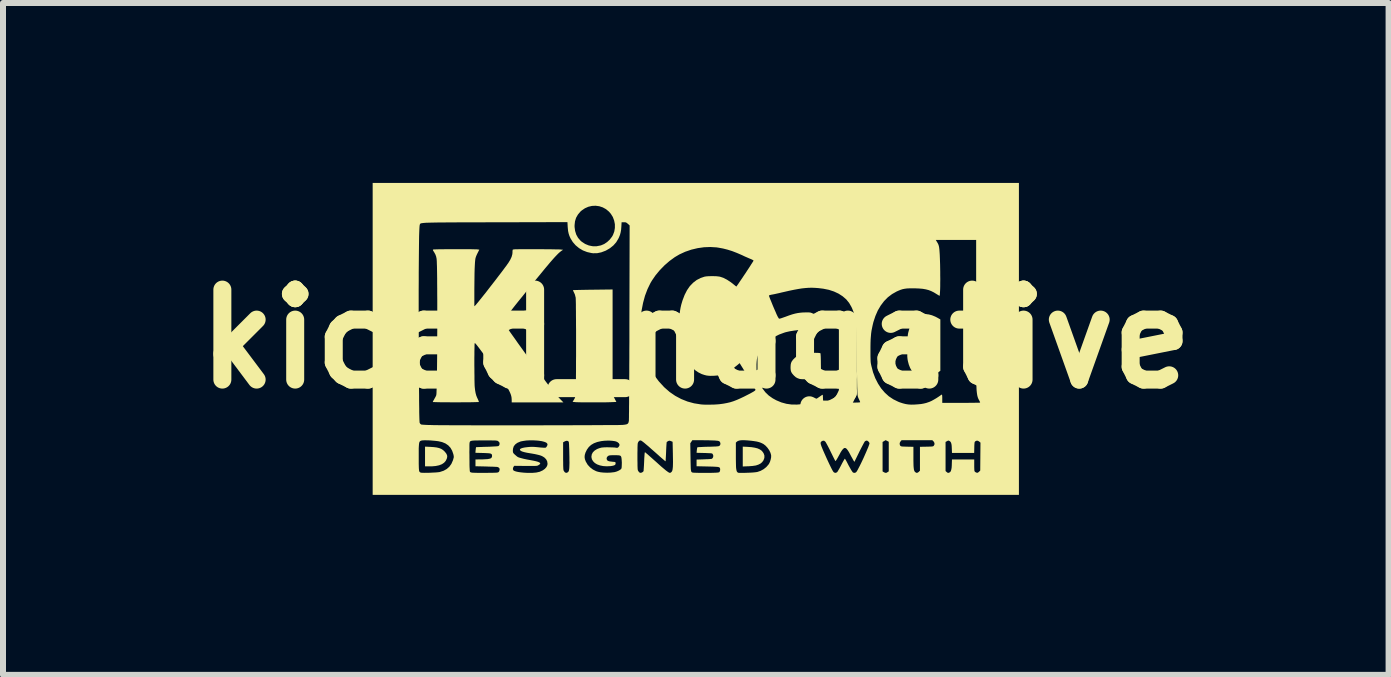
<source format=kicad_pcb>
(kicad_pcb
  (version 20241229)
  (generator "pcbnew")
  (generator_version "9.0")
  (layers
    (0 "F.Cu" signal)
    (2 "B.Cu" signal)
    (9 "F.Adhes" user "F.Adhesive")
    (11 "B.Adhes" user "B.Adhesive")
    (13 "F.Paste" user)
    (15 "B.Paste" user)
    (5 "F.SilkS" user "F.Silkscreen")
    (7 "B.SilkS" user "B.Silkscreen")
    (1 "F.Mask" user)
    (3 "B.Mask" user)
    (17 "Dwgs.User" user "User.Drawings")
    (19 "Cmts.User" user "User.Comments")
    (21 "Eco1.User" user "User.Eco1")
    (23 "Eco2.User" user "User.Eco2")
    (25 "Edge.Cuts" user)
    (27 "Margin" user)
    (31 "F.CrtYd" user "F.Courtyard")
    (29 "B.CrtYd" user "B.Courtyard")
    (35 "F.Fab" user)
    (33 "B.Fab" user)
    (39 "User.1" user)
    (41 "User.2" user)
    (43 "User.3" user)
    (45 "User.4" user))
  (footprint "kicad_nagative"
    (layer "F.Cu")
    (at 8.55 2.6)
    (property "Reference" "kicad_nagative" (at 0 0 0) (layer "F.SilkS") (effects (font (size 1.5 1.5) (thickness 0.3))))
    (attr board_only exclude_from_pos_files exclude_from_bom)
    (fp_poly (pts (xy -4.429 1.8) (xy -4.369 1.804) (xy -4.32 1.81) (xy -4.279 1.82) (xy -4.245 1.833) (xy -4.217 1.851) (xy -4.191 1.874) (xy -4.185 1.88) (xy -4.161 1.91) (xy -4.147 1.938) (xy -4.144 1.966) (xy -4.151 1.996) (xy -4.169 2.033) (xy -4.196 2.064) (xy -4.233 2.089) (xy -4.279 2.107) (xy -4.336 2.119) (xy -4.404 2.125) (xy -4.443 2.125) (xy -4.514 2.125) (xy -4.514 1.961) (xy -4.514 1.796)) (stroke (width 0) (type solid)) (fill yes) (layer "F.SilkS"))
    (fp_poly (pts (xy 0.862 1.8) (xy 0.929 1.805) (xy 0.985 1.814) (xy 1.031 1.826) (xy 1.068 1.843) (xy 1.098 1.864) (xy 1.12 1.891) (xy 1.132 1.91) (xy 1.144 1.946) (xy 1.143 1.984) (xy 1.13 2.02) (xy 1.128 2.025) (xy 1.106 2.055) (xy 1.079 2.078) (xy 1.044 2.096) (xy 1.002 2.11) (xy 0.949 2.118) (xy 0.886 2.123) (xy 0.878 2.123) (xy 0.783 2.127) (xy 0.783 1.961) (xy 0.783 1.796)) (stroke (width 0) (type solid)) (fill yes) (layer "F.SilkS"))
    (fp_poly (pts (xy 2.025 0.233) (xy 2.053 0.234) (xy 2.071 0.237) (xy 2.078 0.24) (xy 2.08 0.247) (xy 2.081 0.266) (xy 2.083 0.294) (xy 2.084 0.329) (xy 2.085 0.369) (xy 2.085 0.392) (xy 2.087 0.54) (xy 2.047 0.582) (xy 2.01 0.615) (xy 1.971 0.641) (xy 1.959 0.647) (xy 1.938 0.657) (xy 1.922 0.664) (xy 1.906 0.668) (xy 1.888 0.67) (xy 1.863 0.672) (xy 1.83 0.672) (xy 1.784 0.672) (xy 1.749 0.67) (xy 1.726 0.666) (xy 1.724 0.665) (xy 1.692 0.653) (xy 1.666 0.638) (xy 1.641 0.616) (xy 1.626 0.6) (xy 1.605 0.575) (xy 1.591 0.551) (xy 1.583 0.524) (xy 1.58 0.49) (xy 1.58 0.469) (xy 1.582 0.431) (xy 1.588 0.402) (xy 1.599 0.377) (xy 1.618 0.351) (xy 1.621 0.347) (xy 1.656 0.312) (xy 1.695 0.284) (xy 1.741 0.263) (xy 1.795 0.248) (xy 1.858 0.239) (xy 1.874 0.237) (xy 1.913 0.234) (xy 1.953 0.233) (xy 1.991 0.232)) (stroke (width 0) (type solid)) (fill yes) (layer "F.SilkS"))
    (fp_poly (pts (xy 3.883 -0.408) (xy 3.937 -0.394) (xy 3.993 -0.371) (xy 4.024 -0.355) (xy 4.077 -0.325) (xy 4.077 0.104) (xy 4.077 0.532) (xy 4.05 0.551) (xy 4.002 0.58) (xy 3.947 0.605) (xy 3.901 0.622) (xy 3.866 0.63) (xy 3.825 0.634) (xy 3.783 0.635) (xy 3.744 0.633) (xy 3.711 0.627) (xy 3.706 0.625) (xy 3.669 0.605) (xy 3.634 0.575) (xy 3.602 0.534) (xy 3.574 0.486) (xy 3.552 0.431) (xy 3.537 0.374) (xy 3.533 0.355) (xy 3.53 0.336) (xy 3.528 0.317) (xy 3.526 0.295) (xy 3.526 0.268) (xy 3.526 0.235) (xy 3.526 0.194) (xy 3.527 0.142) (xy 3.527 0.128) (xy 3.528 0.071) (xy 3.529 0.025) (xy 3.531 -0.011) (xy 3.533 -0.041) (xy 3.535 -0.065) (xy 3.538 -0.086) (xy 3.542 -0.105) (xy 3.543 -0.109) (xy 3.564 -0.185) (xy 3.589 -0.25) (xy 3.617 -0.302) (xy 3.65 -0.344) (xy 3.687 -0.374) (xy 3.692 -0.377) (xy 3.725 -0.395) (xy 3.757 -0.406) (xy 3.791 -0.411) (xy 3.83 -0.413)) (stroke (width 0) (type solid)) (fill yes) (layer "F.SilkS"))
    (fp_poly (pts (xy -1.387 0.055) (xy -1.387 0.933) (xy -1.355 0.992) (xy -1.324 1.051) (xy -1.421 1.055) (xy -1.452 1.056) (xy -1.492 1.057) (xy -1.539 1.058) (xy -1.592 1.058) (xy -1.649 1.058) (xy -1.707 1.058) (xy -1.765 1.058) (xy -1.822 1.058) (xy -1.875 1.057) (xy -1.922 1.057) (xy -1.962 1.056) (xy -1.993 1.055) (xy -2.013 1.054) (xy -2.014 1.053) (xy -2.054 1.05) (xy -2.032 1.014) (xy -2.018 0.989) (xy -2.009 0.963) (xy -2.003 0.931) (xy -2.003 0.928) (xy -2.002 0.914) (xy -2.001 0.888) (xy -2 0.852) (xy -1.999 0.806) (xy -1.999 0.75) (xy -1.998 0.687) (xy -1.998 0.618) (xy -1.997 0.542) (xy -1.997 0.461) (xy -1.997 0.377) (xy -1.996 0.289) (xy -1.996 0.2) (xy -1.996 0.11) (xy -1.996 0.02) (xy -1.996 -0.069) (xy -1.996 -0.155) (xy -1.997 -0.239) (xy -1.997 -0.318) (xy -1.998 -0.393) (xy -1.998 -0.461) (xy -1.999 -0.522) (xy -1.999 -0.575) (xy -2 -0.619) (xy -2.001 -0.653) (xy -2.002 -0.676) (xy -2.002 -0.685) (xy -2.015 -0.738) (xy -2.029 -0.77) (xy -2.039 -0.79) (xy -2.045 -0.805) (xy -2.047 -0.813) (xy -2.046 -0.813) (xy -2.04 -0.814) (xy -2.021 -0.814) (xy -1.992 -0.815) (xy -1.954 -0.816) (xy -1.908 -0.817) (xy -1.855 -0.818) (xy -1.797 -0.819) (xy -1.734 -0.82) (xy -1.715 -0.82) (xy -1.387 -0.824)) (stroke (width 0) (type solid)) (fill yes) (layer "F.SilkS"))
    (fp_poly (pts (xy -3.896 -1.496) (xy -3.84 -1.496) (xy -3.788 -1.495) (xy -3.742 -1.495) (xy -3.702 -1.494) (xy -3.671 -1.493) (xy -3.65 -1.493) (xy -3.643 -1.492) (xy -3.609 -1.488) (xy -3.637 -1.433) (xy -3.651 -1.404) (xy -3.663 -1.376) (xy -3.671 -1.352) (xy -3.673 -1.345) (xy -3.677 -1.319) (xy -3.681 -1.28) (xy -3.684 -1.229) (xy -3.687 -1.166) (xy -3.689 -1.093) (xy -3.69 -1.009) (xy -3.691 -0.915) (xy -3.692 -0.816) (xy -3.692 -0.544) (xy -3.678 -0.556) (xy -3.668 -0.566) (xy -3.652 -0.586) (xy -3.629 -0.613) (xy -3.601 -0.648) (xy -3.568 -0.689) (xy -3.532 -0.734) (xy -3.493 -0.783) (xy -3.453 -0.835) (xy -3.411 -0.889) (xy -3.369 -0.943) (xy -3.327 -0.997) (xy -3.288 -1.049) (xy -3.25 -1.098) (xy -3.215 -1.144) (xy -3.185 -1.185) (xy -3.159 -1.219) (xy -3.139 -1.248) (xy -3.127 -1.264) (xy -3.094 -1.318) (xy -3.071 -1.367) (xy -3.059 -1.411) (xy -3.056 -1.437) (xy -3.056 -1.46) (xy -3.054 -1.478) (xy -3.052 -1.486) (xy -3.051 -1.488) (xy -3.046 -1.49) (xy -3.038 -1.491) (xy -3.026 -1.493) (xy -3.009 -1.494) (xy -2.985 -1.494) (xy -2.954 -1.495) (xy -2.915 -1.495) (xy -2.866 -1.495) (xy -2.807 -1.495) (xy -2.738 -1.495) (xy -2.672 -1.495) (xy -2.602 -1.495) (xy -2.535 -1.495) (xy -2.472 -1.494) (xy -2.415 -1.494) (xy -2.364 -1.493) (xy -2.321 -1.492) (xy -2.287 -1.492) (xy -2.264 -1.491) (xy -2.254 -1.49) (xy -2.213 -1.486) (xy -2.239 -1.468) (xy -2.254 -1.457) (xy -2.271 -1.443) (xy -2.29 -1.426) (xy -2.311 -1.405) (xy -2.335 -1.38) (xy -2.362 -1.351) (xy -2.393 -1.316) (xy -2.428 -1.276) (xy -2.467 -1.229) (xy -2.512 -1.176) (xy -2.561 -1.116) (xy -2.616 -1.049) (xy -2.678 -0.974) (xy -2.746 -0.89) (xy -2.82 -0.797) (xy -2.902 -0.695) (xy -2.955 -0.63) (xy -3.011 -0.56) (xy -3.058 -0.5) (xy -3.099 -0.449) (xy -3.132 -0.406) (xy -3.159 -0.371) (xy -3.18 -0.343) (xy -3.195 -0.322) (xy -3.205 -0.307) (xy -3.209 -0.297) (xy -3.21 -0.294) (xy -3.209 -0.288) (xy -3.205 -0.279) (xy -3.197 -0.265) (xy -3.186 -0.246) (xy -3.17 -0.222) (xy -3.15 -0.192) (xy -3.124 -0.155) (xy -3.094 -0.111) (xy -3.057 -0.059) (xy -3.014 0.001) (xy -2.965 0.071) (xy -2.908 0.15) (xy -2.903 0.157) (xy -2.826 0.264) (xy -2.756 0.361) (xy -2.693 0.449) (xy -2.636 0.528) (xy -2.584 0.599) (xy -2.537 0.662) (xy -2.495 0.719) (xy -2.457 0.769) (xy -2.422 0.814) (xy -2.391 0.853) (xy -2.362 0.889) (xy -2.336 0.92) (xy -2.311 0.948) (xy -2.288 0.974) (xy -2.27 0.994) (xy -2.207 1.059) (xy -2.638 1.059) (xy -3.069 1.059) (xy -3.069 1.025) (xy -3.07 1) (xy -3.072 0.976) (xy -3.077 0.951) (xy -3.085 0.925) (xy -3.096 0.897) (xy -3.111 0.866) (xy -3.13 0.831) (xy -3.153 0.792) (xy -3.182 0.748) (xy -3.216 0.697) (xy -3.256 0.639) (xy -3.303 0.574) (xy -3.357 0.5) (xy -3.412 0.424) (xy -3.464 0.353) (xy -3.509 0.293) (xy -3.547 0.241) (xy -3.579 0.198) (xy -3.606 0.162) (xy -3.627 0.134) (xy -3.645 0.111) (xy -3.658 0.095) (xy -3.668 0.083) (xy -3.676 0.075) (xy -3.681 0.071) (xy -3.684 0.07) (xy -3.686 0.071) (xy -3.686 0.071) (xy -3.687 0.08) (xy -3.689 0.1) (xy -3.689 0.13) (xy -3.69 0.168) (xy -3.691 0.214) (xy -3.691 0.265) (xy -3.692 0.321) (xy -3.692 0.379) (xy -3.692 0.439) (xy -3.691 0.5) (xy -3.691 0.558) (xy -3.69 0.615) (xy -3.69 0.667) (xy -3.689 0.713) (xy -3.688 0.752) (xy -3.687 0.784) (xy -3.685 0.805) (xy -3.685 0.806) (xy -3.679 0.859) (xy -3.671 0.903) (xy -3.661 0.941) (xy -3.647 0.977) (xy -3.636 1) (xy -3.626 1.022) (xy -3.619 1.04) (xy -3.617 1.05) (xy -3.618 1.052) (xy -3.625 1.053) (xy -3.643 1.053) (xy -3.672 1.054) (xy -3.709 1.055) (xy -3.754 1.056) (xy -3.804 1.056) (xy -3.86 1.056) (xy -3.918 1.057) (xy -3.978 1.057) (xy -4.039 1.057) (xy -4.099 1.057) (xy -4.156 1.056) (xy -4.211 1.056) (xy -4.26 1.056) (xy -4.303 1.055) (xy -4.338 1.054) (xy -4.365 1.053) (xy -4.381 1.053) (xy -4.385 1.052) (xy -4.382 1.044) (xy -4.374 1.028) (xy -4.362 1.008) (xy -4.36 1.003) (xy -4.346 0.979) (xy -4.334 0.956) (xy -4.327 0.939) (xy -4.327 0.938) (xy -4.325 0.926) (xy -4.323 0.902) (xy -4.322 0.866) (xy -4.32 0.821) (xy -4.319 0.765) (xy -4.317 0.701) (xy -4.316 0.63) (xy -4.315 0.551) (xy -4.314 0.465) (xy -4.313 0.375) (xy -4.312 0.279) (xy -4.312 0.18) (xy -4.311 0.078) (xy -4.311 -0.026) (xy -4.31 -0.132) (xy -4.31 -0.238) (xy -4.31 -0.344) (xy -4.31 -0.449) (xy -4.31 -0.552) (xy -4.31 -0.652) (xy -4.311 -0.749) (xy -4.311 -0.841) (xy -4.312 -0.928) (xy -4.312 -1.008) (xy -4.313 -1.083) (xy -4.314 -1.149) (xy -4.315 -1.207) (xy -4.317 -1.255) (xy -4.318 -1.294) (xy -4.32 -1.321) (xy -4.321 -1.335) (xy -4.329 -1.374) (xy -4.342 -1.409) (xy -4.362 -1.445) (xy -4.371 -1.459) (xy -4.381 -1.475) (xy -4.383 -1.484) (xy -4.379 -1.49) (xy -4.378 -1.49) (xy -4.371 -1.491) (xy -4.351 -1.492) (xy -4.322 -1.493) (xy -4.284 -1.494) (xy -4.239 -1.494) (xy -4.188 -1.495) (xy -4.132 -1.495) (xy -4.074 -1.496) (xy -4.014 -1.496) (xy -3.954 -1.496)) (stroke (width 0) (type solid)) (fill yes) (layer "F.SilkS"))
    (fp_poly (pts (xy 5.387 -0.000001) (xy 5.387 2.6) (xy -0.000001 2.6) (xy -5.387 2.6) (xy -5.387 1.924) (xy -4.619 1.924) (xy -4.619 1.971) (xy -4.619 2.034) (xy -4.619 2.084) (xy -4.618 2.125) (xy -4.617 2.157) (xy -4.615 2.18) (xy -4.613 2.198) (xy -4.609 2.21) (xy -4.604 2.218) (xy -4.598 2.223) (xy -4.591 2.227) (xy -4.589 2.228) (xy -4.577 2.231) (xy -4.554 2.232) (xy -4.523 2.233) (xy -4.486 2.232) (xy -4.446 2.232) (xy -4.405 2.23) (xy -4.364 2.228) (xy -4.327 2.226) (xy -4.296 2.223) (xy -4.272 2.22) (xy -4.265 2.218) (xy -4.204 2.198) (xy -4.152 2.169) (xy -4.109 2.131) (xy -4.075 2.084) (xy -4.05 2.027) (xy -4.047 2.019) (xy -4.04 1.993) (xy -4.035 1.975) (xy -4.035 1.96) (xy -4.037 1.945) (xy -4.042 1.923) (xy -4.042 1.922) (xy -4.054 1.887) (xy -3.775 1.887) (xy -3.774 1.938) (xy -3.774 1.981) (xy -3.773 2.045) (xy -3.773 2.096) (xy -3.772 2.137) (xy -3.77 2.168) (xy -3.769 2.19) (xy -3.767 2.205) (xy -3.765 2.214) (xy -3.764 2.217) (xy -3.752 2.225) (xy -3.734 2.229) (xy -3.732 2.23) (xy -3.713 2.231) (xy -3.684 2.232) (xy -3.648 2.233) (xy -3.606 2.233) (xy -3.561 2.233) (xy -3.514 2.233) (xy -3.467 2.233) (xy -3.423 2.232) (xy -3.383 2.232) (xy -3.349 2.231) (xy -3.323 2.23) (xy -3.308 2.228) (xy -3.305 2.228) (xy -3.288 2.221) (xy -3.279 2.21) (xy -3.274 2.196) (xy -3.27 2.178) (xy -3.271 2.165) (xy -3.276 2.155) (xy -3.29 2.142) (xy -3.305 2.136) (xy -3.316 2.134) (xy -3.338 2.133) (xy -3.369 2.131) (xy -3.407 2.13) (xy -3.451 2.129) (xy -3.498 2.127) (xy -3.673 2.123) (xy -3.673 2.067) (xy -3.673 2.01) (xy -3.597 2.009) (xy -3.561 2.009) (xy -3.523 2.007) (xy -3.489 2.005) (xy -3.471 2.004) (xy -3.438 1.998) (xy -3.415 1.99) (xy -3.403 1.977) (xy -3.397 1.959) (xy -3.397 1.948) (xy -3.398 1.935) (xy -3.402 1.925) (xy -3.41 1.917) (xy -3.424 1.911) (xy -3.446 1.907) (xy -3.477 1.905) (xy -3.518 1.903) (xy -3.552 1.902) (xy -3.674 1.899) (xy -3.671 1.859) (xy -3.05 1.859) (xy -3.049 1.881) (xy -3.046 1.895) (xy -3.039 1.907) (xy -3.025 1.922) (xy -3.019 1.927) (xy -3 1.944) (xy -2.982 1.959) (xy -2.971 1.967) (xy -2.95 1.977) (xy -2.915 1.987) (xy -2.869 1.999) (xy -2.812 2.011) (xy -2.767 2.019) (xy -2.709 2.03) (xy -2.663 2.04) (xy -2.629 2.05) (xy -2.607 2.06) (xy -2.595 2.07) (xy -2.594 2.08) (xy -2.603 2.092) (xy -2.621 2.104) (xy -2.626 2.107) (xy -2.634 2.111) (xy -2.642 2.114) (xy -2.653 2.116) (xy -2.668 2.117) (xy -2.688 2.118) (xy -2.716 2.118) (xy -2.753 2.118) (xy -2.8 2.118) (xy -2.837 2.118) (xy -3.025 2.116) (xy -3.038 2.131) (xy -3.047 2.151) (xy -3.049 2.172) (xy -3.042 2.19) (xy -3.04 2.192) (xy -3.023 2.202) (xy -2.996 2.211) (xy -2.96 2.219) (xy -2.917 2.225) (xy -2.869 2.23) (xy -2.819 2.233) (xy -2.768 2.234) (xy -2.718 2.233) (xy -2.672 2.229) (xy -2.659 2.228) (xy -2.602 2.215) (xy -2.552 2.192) (xy -2.517 2.167) (xy -2.493 2.141) (xy -2.479 2.117) (xy -2.472 2.09) (xy -2.472 2.077) (xy -2.478 2.04) (xy -2.496 2.006) (xy -2.524 1.978) (xy -2.525 1.977) (xy -2.544 1.965) (xy -2.563 1.954) (xy -2.585 1.945) (xy -2.611 1.937) (xy -2.644 1.929) (xy -2.685 1.92) (xy -2.736 1.911) (xy -2.761 1.907) (xy -2.814 1.898) (xy -2.855 1.889) (xy -2.887 1.88) (xy -2.909 1.871) (xy -2.921 1.864) (xy -2.932 1.85) (xy -2.93 1.838) (xy -2.915 1.827) (xy -2.889 1.818) (xy -2.852 1.81) (xy -2.803 1.804) (xy -2.803 1.804) (xy -2.77 1.801) (xy -2.74 1.8) (xy -2.71 1.8) (xy -2.676 1.802) (xy -2.633 1.806) (xy -2.623 1.807) (xy -2.586 1.811) (xy -2.554 1.813) (xy -2.528 1.815) (xy -2.511 1.815) (xy -2.505 1.814) (xy -2.493 1.805) (xy -2.482 1.789) (xy -2.474 1.771) (xy -2.472 1.761) (xy -2.478 1.743) (xy -2.495 1.728) (xy -2.505 1.724) (xy -2.212 1.724) (xy -2.212 1.952) (xy -2.212 2.013) (xy -2.211 2.062) (xy -2.211 2.102) (xy -2.21 2.132) (xy -2.209 2.155) (xy -2.208 2.172) (xy -2.206 2.184) (xy -2.204 2.193) (xy -2.201 2.2) (xy -2.201 2.2) (xy -2.184 2.223) (xy -2.165 2.233) (xy -2.146 2.231) (xy -2.129 2.219) (xy -2.12 2.208) (xy -2.115 2.194) (xy -2.111 2.172) (xy -2.109 2.153) (xy -2.108 2.132) (xy -2.107 2.101) (xy -2.106 2.064) (xy -2.107 2.021) (xy -2.107 1.975) (xy -2.107 1.97) (xy -1.854 1.97) (xy -1.849 2.005) (xy -1.834 2.045) (xy -1.831 2.05) (xy -1.802 2.099) (xy -1.762 2.142) (xy -1.715 2.178) (xy -1.662 2.205) (xy -1.631 2.215) (xy -1.587 2.224) (xy -1.535 2.229) (xy -1.478 2.231) (xy -1.421 2.229) (xy -1.369 2.223) (xy -1.355 2.221) (xy -1.325 2.213) (xy -1.295 2.201) (xy -1.269 2.187) (xy -1.249 2.173) (xy -1.241 2.163) (xy -1.237 2.149) (xy -1.235 2.126) (xy -1.234 2.096) (xy -1.233 2.063) (xy -1.235 2.03) (xy -1.237 2.001) (xy -1.239 1.988) (xy -1.242 1.97) (xy -1.246 1.962) (xy -0.973 1.962) (xy -0.973 2.021) (xy -0.972 2.069) (xy -0.972 2.107) (xy -0.971 2.136) (xy -0.97 2.158) (xy -0.969 2.174) (xy -0.967 2.186) (xy -0.964 2.194) (xy -0.961 2.2) (xy -0.945 2.223) (xy -0.926 2.233) (xy -0.905 2.23) (xy -0.892 2.224) (xy -0.879 2.214) (xy -0.872 2.206) (xy -0.87 2.198) (xy -0.869 2.179) (xy -0.867 2.153) (xy -0.865 2.121) (xy -0.864 2.107) (xy -0.861 2.043) (xy -0.859 1.992) (xy -0.856 1.951) (xy -0.854 1.922) (xy -0.852 1.902) (xy -0.849 1.891) (xy -0.847 1.889) (xy -0.84 1.894) (xy -0.825 1.907) (xy -0.802 1.926) (xy -0.773 1.952) (xy -0.739 1.982) (xy -0.701 2.016) (xy -0.659 2.053) (xy -0.626 2.083) (xy -0.576 2.128) (xy -0.532 2.165) (xy -0.496 2.195) (xy -0.467 2.216) (xy -0.447 2.229) (xy -0.439 2.232) (xy -0.423 2.232) (xy -0.409 2.222) (xy -0.407 2.22) (xy -0.399 2.211) (xy -0.393 2.199) (xy -0.388 2.182) (xy -0.385 2.16) (xy -0.382 2.132) (xy -0.381 2.096) (xy -0.38 2.051) (xy -0.381 1.996) (xy -0.382 1.929) (xy -0.382 1.918) (xy -0.386 1.74) (xy -0.092 1.74) (xy -0.088 1.972) (xy -0.087 2.034) (xy -0.086 2.085) (xy -0.085 2.126) (xy -0.084 2.157) (xy -0.082 2.181) (xy -0.079 2.198) (xy -0.076 2.21) (xy -0.072 2.218) (xy -0.066 2.223) (xy -0.06 2.226) (xy -0.055 2.228) (xy -0.045 2.23) (xy -0.024 2.231) (xy 0.006 2.232) (xy 0.043 2.233) (xy 0.084 2.234) (xy 0.129 2.234) (xy 0.175 2.234) (xy 0.219 2.234) (xy 0.261 2.233) (xy 0.297 2.232) (xy 0.327 2.231) (xy 0.343 2.23) (xy 0.368 2.228) (xy 0.384 2.225) (xy 0.393 2.221) (xy 0.398 2.213) (xy 0.401 2.206) (xy 0.406 2.187) (xy 0.406 2.169) (xy 0.404 2.159) (xy 0.401 2.15) (xy 0.395 2.144) (xy 0.385 2.139) (xy 0.371 2.135) (xy 0.349 2.133) (xy 0.32 2.131) (xy 0.281 2.129) (xy 0.232 2.128) (xy 0.197 2.127) (xy 0.013 2.123) (xy 0.013 2.067) (xy 0.013 2.012) (xy 0.133 2.008) (xy 0.172 2.006) (xy 0.207 2.005) (xy 0.235 2.003) (xy 0.256 2.001) (xy 0.265 2) (xy 0.28 1.988) (xy 0.29 1.968) (xy 0.291 1.945) (xy 0.289 1.936) (xy 0.281 1.92) (xy 0.272 1.91) (xy 0.271 1.91) (xy 0.261 1.908) (xy 0.241 1.906) (xy 0.212 1.905) (xy 0.177 1.903) (xy 0.138 1.902) (xy 0.136 1.902) (xy 0.013 1.899) (xy 0.017 1.856) (xy 0.02 1.834) (xy 0.023 1.816) (xy 0.026 1.808) (xy 0.034 1.806) (xy 0.053 1.804) (xy 0.081 1.803) (xy 0.116 1.801) (xy 0.158 1.799) (xy 0.204 1.798) (xy 0.205 1.798) (xy 0.258 1.797) (xy 0.299 1.795) (xy 0.331 1.794) (xy 0.355 1.792) (xy 0.372 1.79) (xy 0.383 1.788) (xy 0.391 1.784) (xy 0.394 1.783) (xy 0.407 1.767) (xy 0.411 1.747) (xy 0.407 1.729) (xy 0.668 1.729) (xy 0.668 1.936) (xy 0.668 2.003) (xy 0.669 2.059) (xy 0.67 2.104) (xy 0.671 2.14) (xy 0.674 2.168) (xy 0.678 2.189) (xy 0.682 2.205) (xy 0.688 2.216) (xy 0.694 2.223) (xy 0.695 2.224) (xy 0.701 2.228) (xy 0.707 2.231) (xy 0.717 2.233) (xy 0.732 2.234) (xy 0.754 2.234) (xy 0.784 2.234) (xy 0.824 2.233) (xy 0.848 2.232) (xy 0.907 2.23) (xy 0.956 2.227) (xy 0.995 2.223) (xy 1.023 2.219) (xy 1.027 2.218) (xy 1.08 2.2) (xy 1.131 2.172) (xy 1.175 2.137) (xy 1.211 2.096) (xy 1.223 2.078) (xy 1.238 2.046) (xy 1.249 2.009) (xy 1.256 1.973) (xy 1.256 1.941) (xy 1.256 1.939) (xy 1.245 1.899) (xy 1.224 1.856) (xy 1.196 1.816) (xy 1.163 1.78) (xy 1.127 1.752) (xy 1.113 1.745) (xy 1.086 1.732) (xy 2.081 1.732) (xy 2.082 1.749) (xy 2.086 1.764) (xy 2.094 1.789) (xy 2.107 1.821) (xy 2.123 1.86) (xy 2.142 1.903) (xy 2.163 1.95) (xy 2.184 1.997) (xy 2.206 2.044) (xy 2.227 2.089) (xy 2.247 2.13) (xy 2.265 2.166) (xy 2.28 2.194) (xy 2.292 2.213) (xy 2.298 2.221) (xy 2.317 2.232) (xy 2.338 2.232) (xy 2.358 2.22) (xy 2.359 2.219) (xy 2.366 2.208) (xy 2.378 2.188) (xy 2.394 2.161) (xy 2.411 2.129) (xy 2.426 2.1) (xy 2.443 2.067) (xy 2.459 2.038) (xy 2.472 2.016) (xy 2.481 2.001) (xy 2.485 1.997) (xy 2.489 2.002) (xy 2.499 2.017) (xy 2.511 2.038) (xy 2.524 2.063) (xy 2.548 2.11) (xy 2.571 2.151) (xy 2.59 2.185) (xy 2.606 2.209) (xy 2.617 2.224) (xy 2.619 2.226) (xy 2.638 2.234) (xy 2.659 2.231) (xy 2.676 2.22) (xy 2.683 2.209) (xy 3.114 2.209) (xy 3.135 2.222) (xy 3.157 2.232) (xy 3.176 2.233) (xy 3.195 2.223) (xy 3.198 2.221) (xy 3.217 2.208) (xy 3.217 1.961) (xy 3.217 1.75) (xy 3.398 1.75) (xy 3.404 1.772) (xy 3.408 1.779) (xy 3.413 1.785) (xy 3.42 1.789) (xy 3.428 1.792) (xy 3.442 1.794) (xy 3.463 1.795) (xy 3.493 1.796) (xy 3.524 1.797) (xy 3.628 1.799) (xy 3.628 1.961) (xy 3.628 2.024) (xy 3.629 2.076) (xy 3.63 2.118) (xy 3.633 2.151) (xy 3.636 2.176) (xy 3.641 2.194) (xy 3.647 2.208) (xy 3.654 2.217) (xy 3.657 2.22) (xy 3.676 2.232) (xy 3.694 2.232) (xy 3.714 2.22) (xy 3.718 2.216) (xy 3.737 2.197) (xy 3.737 1.998) (xy 3.737 1.799) (xy 3.847 1.797) (xy 3.887 1.796) (xy 3.916 1.795) (xy 3.936 1.794) (xy 3.949 1.792) (xy 3.958 1.789) (xy 3.964 1.785) (xy 3.969 1.779) (xy 3.98 1.757) (xy 3.978 1.733) (xy 3.969 1.718) (xy 4.164 1.718) (xy 4.164 1.96) (xy 4.164 2.203) (xy 4.182 2.219) (xy 4.196 2.23) (xy 4.207 2.234) (xy 4.22 2.231) (xy 4.228 2.228) (xy 4.241 2.219) (xy 4.252 2.204) (xy 4.259 2.181) (xy 4.265 2.149) (xy 4.268 2.105) (xy 4.268 2.092) (xy 4.271 2.01) (xy 4.457 2.01) (xy 4.642 2.01) (xy 4.642 2.102) (xy 4.642 2.136) (xy 4.643 2.166) (xy 4.644 2.189) (xy 4.646 2.203) (xy 4.646 2.205) (xy 4.656 2.217) (xy 4.672 2.227) (xy 4.69 2.232) (xy 4.699 2.231) (xy 4.711 2.224) (xy 4.725 2.212) (xy 4.726 2.211) (xy 4.742 2.195) (xy 4.744 1.962) (xy 4.746 1.729) (xy 4.726 1.712) (xy 4.703 1.698) (xy 4.681 1.697) (xy 4.66 1.707) (xy 4.654 1.713) (xy 4.65 1.72) (xy 4.647 1.73) (xy 4.646 1.746) (xy 4.644 1.769) (xy 4.643 1.804) (xy 4.643 1.81) (xy 4.641 1.901) (xy 4.456 1.901) (xy 4.271 1.901) (xy 4.268 1.825) (xy 4.266 1.783) (xy 4.262 1.753) (xy 4.255 1.73) (xy 4.246 1.715) (xy 4.233 1.704) (xy 4.23 1.702) (xy 4.217 1.696) (xy 4.207 1.696) (xy 4.192 1.702) (xy 4.188 1.705) (xy 4.164 1.718) (xy 3.969 1.718) (xy 3.965 1.711) (xy 3.962 1.707) (xy 3.943 1.689) (xy 3.687 1.689) (xy 3.431 1.689) (xy 3.417 1.704) (xy 3.403 1.726) (xy 3.398 1.75) (xy 3.217 1.75) (xy 3.217 1.715) (xy 3.191 1.701) (xy 3.165 1.688) (xy 3.14 1.703) (xy 3.114 1.718) (xy 3.114 1.963) (xy 3.114 2.209) (xy 2.683 2.209) (xy 2.685 2.207) (xy 2.699 2.183) (xy 2.715 2.152) (xy 2.735 2.114) (xy 2.756 2.071) (xy 2.778 2.025) (xy 2.8 1.978) (xy 2.821 1.93) (xy 2.841 1.885) (xy 2.859 1.842) (xy 2.875 1.805) (xy 2.886 1.774) (xy 2.894 1.752) (xy 2.896 1.741) (xy 2.89 1.725) (xy 2.877 1.71) (xy 2.861 1.698) (xy 2.848 1.695) (xy 2.832 1.7) (xy 2.818 1.709) (xy 2.812 1.719) (xy 2.801 1.738) (xy 2.786 1.766) (xy 2.768 1.8) (xy 2.748 1.839) (xy 2.726 1.882) (xy 2.724 1.887) (xy 2.644 2.05) (xy 2.628 2.025) (xy 2.619 2.009) (xy 2.606 1.985) (xy 2.59 1.957) (xy 2.577 1.932) (xy 2.553 1.887) (xy 2.531 1.853) (xy 2.512 1.83) (xy 2.494 1.819) (xy 2.477 1.819) (xy 2.459 1.831) (xy 2.439 1.854) (xy 2.416 1.889) (xy 2.391 1.936) (xy 2.383 1.95) (xy 2.366 1.981) (xy 2.351 2.007) (xy 2.339 2.025) (xy 2.331 2.036) (xy 2.329 2.037) (xy 2.324 2.031) (xy 2.315 2.014) (xy 2.302 1.989) (xy 2.286 1.957) (xy 2.268 1.92) (xy 2.249 1.882) (xy 2.229 1.84) (xy 2.209 1.801) (xy 2.191 1.767) (xy 2.176 1.74) (xy 2.165 1.721) (xy 2.159 1.713) (xy 2.14 1.698) (xy 2.12 1.697) (xy 2.098 1.707) (xy 2.096 1.709) (xy 2.085 1.72) (xy 2.081 1.732) (xy 1.086 1.732) (xy 1.083 1.731) (xy 1.052 1.72) (xy 1.015 1.711) (xy 0.971 1.704) (xy 0.925 1.698) (xy 0.862 1.692) (xy 0.81 1.689) (xy 0.768 1.689) (xy 0.735 1.692) (xy 0.71 1.699) (xy 0.69 1.709) (xy 0.683 1.715) (xy 0.668 1.729) (xy 0.407 1.729) (xy 0.406 1.725) (xy 0.399 1.714) (xy 0.392 1.707) (xy 0.383 1.703) (xy 0.369 1.699) (xy 0.348 1.697) (xy 0.317 1.694) (xy 0.29 1.693) (xy 0.252 1.692) (xy 0.208 1.69) (xy 0.161 1.69) (xy 0.112 1.689) (xy 0.095 1.689) (xy -0.058 1.689) (xy -0.075 1.715) (xy -0.092 1.74) (xy -0.386 1.74) (xy -0.387 1.715) (xy -0.414 1.704) (xy -0.432 1.698) (xy -0.444 1.697) (xy -0.457 1.702) (xy -0.461 1.704) (xy -0.476 1.713) (xy -0.485 1.72) (xy -0.485 1.721) (xy -0.486 1.729) (xy -0.488 1.748) (xy -0.49 1.776) (xy -0.492 1.812) (xy -0.494 1.853) (xy -0.495 1.883) (xy -0.497 1.926) (xy -0.499 1.965) (xy -0.501 1.998) (xy -0.502 2.022) (xy -0.503 2.037) (xy -0.504 2.041) (xy -0.509 2.037) (xy -0.523 2.027) (xy -0.543 2.009) (xy -0.569 1.987) (xy -0.599 1.961) (xy -0.621 1.941) (xy -0.684 1.885) (xy -0.74 1.836) (xy -0.788 1.793) (xy -0.83 1.758) (xy -0.863 1.73) (xy -0.888 1.711) (xy -0.904 1.699) (xy -0.907 1.698) (xy -0.926 1.692) (xy -0.943 1.699) (xy -0.959 1.718) (xy -0.961 1.723) (xy -0.964 1.729) (xy -0.967 1.738) (xy -0.969 1.749) (xy -0.97 1.765) (xy -0.971 1.788) (xy -0.972 1.817) (xy -0.972 1.855) (xy -0.973 1.904) (xy -0.973 1.962) (xy -1.246 1.962) (xy -1.248 1.957) (xy -1.257 1.948) (xy -1.272 1.943) (xy -1.294 1.94) (xy -1.326 1.939) (xy -1.354 1.939) (xy -1.391 1.939) (xy -1.417 1.94) (xy -1.436 1.942) (xy -1.449 1.945) (xy -1.459 1.95) (xy -1.461 1.951) (xy -1.48 1.969) (xy -1.487 1.991) (xy -1.483 2.013) (xy -1.475 2.026) (xy -1.46 2.035) (xy -1.437 2.042) (xy -1.403 2.046) (xy -1.39 2.048) (xy -1.365 2.05) (xy -1.349 2.052) (xy -1.341 2.056) (xy -1.338 2.062) (xy -1.337 2.068) (xy -1.338 2.086) (xy -1.346 2.1) (xy -1.363 2.109) (xy -1.39 2.116) (xy -1.422 2.121) (xy -1.486 2.124) (xy -1.545 2.12) (xy -1.598 2.109) (xy -1.645 2.092) (xy -1.683 2.069) (xy -1.712 2.04) (xy -1.732 2.007) (xy -1.74 1.97) (xy -1.74 1.963) (xy -1.734 1.925) (xy -1.716 1.891) (xy -1.687 1.862) (xy -1.647 1.837) (xy -1.611 1.823) (xy -1.59 1.817) (xy -1.571 1.812) (xy -1.551 1.81) (xy -1.525 1.808) (xy -1.492 1.807) (xy -1.467 1.807) (xy -1.43 1.808) (xy -1.395 1.809) (xy -1.364 1.81) (xy -1.342 1.812) (xy -1.338 1.813) (xy -1.317 1.816) (xy -1.305 1.815) (xy -1.295 1.809) (xy -1.288 1.802) (xy -1.274 1.781) (xy -1.272 1.76) (xy -1.282 1.741) (xy -1.303 1.723) (xy -1.329 1.71) (xy -1.356 1.704) (xy -1.392 1.699) (xy -1.434 1.696) (xy -1.48 1.696) (xy -1.525 1.698) (xy -1.566 1.703) (xy -1.576 1.704) (xy -1.643 1.719) (xy -1.699 1.74) (xy -1.746 1.768) (xy -1.784 1.803) (xy -1.815 1.846) (xy -1.839 1.895) (xy -1.851 1.935) (xy -1.854 1.97) (xy -2.107 1.97) (xy -2.108 1.928) (xy -2.109 1.881) (xy -2.11 1.836) (xy -2.112 1.796) (xy -2.113 1.762) (xy -2.115 1.736) (xy -2.117 1.719) (xy -2.118 1.715) (xy -2.132 1.702) (xy -2.152 1.698) (xy -2.177 1.705) (xy -2.185 1.709) (xy -2.212 1.724) (xy -2.505 1.724) (xy -2.525 1.716) (xy -2.567 1.705) (xy -2.621 1.697) (xy -2.657 1.694) (xy -2.713 1.691) (xy -2.771 1.691) (xy -2.826 1.694) (xy -2.875 1.701) (xy -2.917 1.709) (xy -2.931 1.714) (xy -2.977 1.734) (xy -3.011 1.76) (xy -3.035 1.791) (xy -3.047 1.829) (xy -3.05 1.859) (xy -3.671 1.859) (xy -3.67 1.853) (xy -3.668 1.831) (xy -3.665 1.814) (xy -3.664 1.806) (xy -3.664 1.806) (xy -3.657 1.805) (xy -3.639 1.804) (xy -3.612 1.803) (xy -3.576 1.802) (xy -3.535 1.8) (xy -3.489 1.799) (xy -3.482 1.799) (xy -3.425 1.797) (xy -3.376 1.794) (xy -3.337 1.792) (xy -3.309 1.79) (xy -3.293 1.787) (xy -3.289 1.786) (xy -3.277 1.773) (xy -3.271 1.754) (xy -3.272 1.734) (xy -3.274 1.728) (xy -3.285 1.714) (xy -3.299 1.703) (xy -3.304 1.7) (xy -3.312 1.697) (xy -3.323 1.696) (xy -3.339 1.694) (xy -3.361 1.693) (xy -3.39 1.693) (xy -3.428 1.692) (xy -3.477 1.692) (xy -3.525 1.692) (xy -3.587 1.692) (xy -3.637 1.693) (xy -3.677 1.693) (xy -3.707 1.695) (xy -3.73 1.697) (xy -3.747 1.701) (xy -3.758 1.706) (xy -3.765 1.712) (xy -3.769 1.721) (xy -3.771 1.731) (xy -3.772 1.735) (xy -3.773 1.746) (xy -3.774 1.769) (xy -3.774 1.801) (xy -3.774 1.841) (xy -3.775 1.887) (xy -4.054 1.887) (xy -4.062 1.864) (xy -4.09 1.815) (xy -4.127 1.775) (xy -4.174 1.743) (xy -4.23 1.72) (xy -4.296 1.705) (xy -4.299 1.705) (xy -4.34 1.7) (xy -4.385 1.696) (xy -4.43 1.692) (xy -4.473 1.691) (xy -4.512 1.69) (xy -4.544 1.691) (xy -4.567 1.693) (xy -4.574 1.695) (xy -4.585 1.699) (xy -4.595 1.704) (xy -4.602 1.711) (xy -4.608 1.722) (xy -4.612 1.737) (xy -4.615 1.758) (xy -4.617 1.786) (xy -4.619 1.822) (xy -4.619 1.868) (xy -4.619 1.924) (xy -5.387 1.924) (xy -5.387 -0.000001) (xy -5.387 -0.67) (xy -4.62 -0.67) (xy -4.62 -0.506) (xy -4.619 -0.333) (xy -4.619 -0.151) (xy -4.618 0.039) (xy -4.617 0.237) (xy -4.617 0.238) (xy -4.617 0.385) (xy -4.616 0.521) (xy -4.615 0.644) (xy -4.615 0.756) (xy -4.614 0.858) (xy -4.613 0.948) (xy -4.613 1.029) (xy -4.612 1.101) (xy -4.611 1.163) (xy -4.611 1.217) (xy -4.61 1.263) (xy -4.609 1.301) (xy -4.608 1.332) (xy -4.607 1.357) (xy -4.606 1.376) (xy -4.605 1.388) (xy -4.604 1.396) (xy -4.604 1.399) (xy -4.593 1.416) (xy -4.579 1.427) (xy -4.567 1.429) (xy -4.544 1.431) (xy -4.51 1.433) (xy -4.466 1.435) (xy -4.412 1.436) (xy -4.351 1.438) (xy -4.344 1.438) (xy -4.307 1.438) (xy -4.26 1.439) (xy -4.203 1.439) (xy -4.136 1.439) (xy -4.061 1.44) (xy -3.978 1.44) (xy -3.887 1.44) (xy -3.79 1.44) (xy -3.687 1.441) (xy -3.579 1.441) (xy -3.466 1.441) (xy -3.35 1.441) (xy -3.23 1.441) (xy -3.108 1.441) (xy -2.984 1.441) (xy -2.859 1.441) (xy -2.734 1.441) (xy -2.609 1.441) (xy -2.486 1.44) (xy -2.364 1.44) (xy -2.244 1.44) (xy -2.128 1.44) (xy -2.016 1.439) (xy -1.908 1.439) (xy -1.805 1.439) (xy -1.708 1.438) (xy -1.618 1.438) (xy -1.536 1.437) (xy -1.461 1.437) (xy -1.395 1.437) (xy -1.338 1.436) (xy -1.292 1.436) (xy -1.256 1.435) (xy -1.232 1.434) (xy -1.221 1.434) (xy -1.184 1.43) (xy -1.157 1.425) (xy -1.139 1.417) (xy -1.127 1.405) (xy -1.12 1.388) (xy -1.116 1.366) (xy -1.115 1.357) (xy -1.115 1.335) (xy -1.114 1.302) (xy -1.114 1.257) (xy -1.113 1.202) (xy -1.113 1.137) (xy -1.112 1.062) (xy -1.112 0.979) (xy -1.111 0.887) (xy -1.11 0.787) (xy -1.11 0.68) (xy -1.109 0.566) (xy -1.109 0.446) (xy -1.108 0.32) (xy -1.108 0.19) (xy -1.107 0.055) (xy -1.107 -0.084) (xy -1.107 -0.218) (xy -0.922 -0.218) (xy -0.917 -0.086) (xy -0.908 -0.001) (xy -0.886 0.136) (xy -0.853 0.265) (xy -0.81 0.386) (xy -0.756 0.5) (xy -0.692 0.607) (xy -0.617 0.707) (xy -0.532 0.8) (xy -0.522 0.81) (xy -0.436 0.885) (xy -0.343 0.949) (xy -0.244 1.002) (xy -0.139 1.044) (xy -0.029 1.074) (xy 0.085 1.092) (xy 0.106 1.094) (xy 0.147 1.096) (xy 0.196 1.097) (xy 0.25 1.096) (xy 0.304 1.095) (xy 0.353 1.092) (xy 0.392 1.089) (xy 0.459 1.08) (xy 0.518 1.069) (xy 0.574 1.056) (xy 0.628 1.039) (xy 0.685 1.017) (xy 0.746 0.99) (xy 0.803 0.963) (xy 0.86 0.934) (xy 0.905 0.911) (xy 0.941 0.891) (xy 0.967 0.876) (xy 0.984 0.864) (xy 0.993 0.855) (xy 0.995 0.85) (xy 0.992 0.841) (xy 0.983 0.824) (xy 0.968 0.797) (xy 0.948 0.763) (xy 0.925 0.723) (xy 0.898 0.677) (xy 0.868 0.627) (xy 0.836 0.575) (xy 0.803 0.521) (xy 0.782 0.486) (xy 0.771 0.469) (xy 1.012 0.469) (xy 1.013 0.53) (xy 1.017 0.582) (xy 1.025 0.628) (xy 1.038 0.672) (xy 1.055 0.718) (xy 1.072 0.755) (xy 1.113 0.828) (xy 1.16 0.89) (xy 1.216 0.944) (xy 1.281 0.99) (xy 1.343 1.024) (xy 1.427 1.059) (xy 1.511 1.082) (xy 1.596 1.094) (xy 1.686 1.095) (xy 1.734 1.091) (xy 1.815 1.079) (xy 1.888 1.059) (xy 1.958 1.029) (xy 2.027 0.989) (xy 2.056 0.969) (xy 2.079 0.953) (xy 2.098 0.94) (xy 2.11 0.933) (xy 2.114 0.931) (xy 2.117 0.937) (xy 2.119 0.951) (xy 2.119 0.959) (xy 2.12 0.981) (xy 2.121 1.009) (xy 2.123 1.027) (xy 2.127 1.067) (xy 2.431 1.065) (xy 2.492 1.064) (xy 2.549 1.064) (xy 2.601 1.063) (xy 2.647 1.062) (xy 2.685 1.061) (xy 2.714 1.06) (xy 2.732 1.058) (xy 2.739 1.057) (xy 2.739 1.049) (xy 2.733 1.034) (xy 2.724 1.014) (xy 2.723 1.012) (xy 2.71 0.985) (xy 2.701 0.959) (xy 2.696 0.927) (xy 2.696 0.921) (xy 2.695 0.907) (xy 2.694 0.88) (xy 2.693 0.843) (xy 2.691 0.797) (xy 2.69 0.742) (xy 2.689 0.68) (xy 2.688 0.612) (xy 2.686 0.539) (xy 2.685 0.463) (xy 2.684 0.387) (xy 2.683 0.306) (xy 2.682 0.243) (xy 2.912 0.243) (xy 2.912 0.288) (xy 2.913 0.324) (xy 2.914 0.354) (xy 2.915 0.377) (xy 2.917 0.398) (xy 2.92 0.416) (xy 2.924 0.435) (xy 2.927 0.449) (xy 2.955 0.557) (xy 2.992 0.655) (xy 3.038 0.745) (xy 3.09 0.825) (xy 3.151 0.896) (xy 3.218 0.957) (xy 3.293 1.007) (xy 3.374 1.047) (xy 3.399 1.057) (xy 3.451 1.074) (xy 3.498 1.086) (xy 3.543 1.093) (xy 3.59 1.096) (xy 3.643 1.095) (xy 3.701 1.091) (xy 3.755 1.086) (xy 3.8 1.078) (xy 3.841 1.068) (xy 3.882 1.054) (xy 3.896 1.049) (xy 3.93 1.034) (xy 3.97 1.012) (xy 4.011 0.988) (xy 4.049 0.963) (xy 4.071 0.948) (xy 4.087 0.936) (xy 4.1 0.929) (xy 4.104 0.929) (xy 4.106 0.936) (xy 4.108 0.953) (xy 4.109 0.978) (xy 4.109 0.999) (xy 4.109 1.066) (xy 4.423 1.066) (xy 4.485 1.066) (xy 4.543 1.066) (xy 4.596 1.065) (xy 4.643 1.065) (xy 4.682 1.064) (xy 4.712 1.064) (xy 4.732 1.063) (xy 4.74 1.062) (xy 4.74 1.062) (xy 4.739 1.055) (xy 4.733 1.041) (xy 4.726 1.028) (xy 4.711 1) (xy 4.7 0.971) (xy 4.692 0.939) (xy 4.686 0.899) (xy 4.681 0.85) (xy 4.681 0.844) (xy 4.68 0.826) (xy 4.679 0.796) (xy 4.678 0.754) (xy 4.678 0.7) (xy 4.677 0.635) (xy 4.677 0.559) (xy 4.676 0.473) (xy 4.676 0.376) (xy 4.675 0.27) (xy 4.675 0.155) (xy 4.675 0.032) (xy 4.674 -0.1) (xy 4.674 -0.24) (xy 4.674 -0.388) (xy 4.674 -0.448) (xy 4.674 -1.65) (xy 4.338 -1.65) (xy 4.001 -1.65) (xy 4.023 -1.613) (xy 4.036 -1.591) (xy 4.045 -1.571) (xy 4.052 -1.549) (xy 4.057 -1.523) (xy 4.061 -1.49) (xy 4.064 -1.45) (xy 4.067 -1.406) (xy 4.069 -1.356) (xy 4.071 -1.301) (xy 4.073 -1.242) (xy 4.074 -1.181) (xy 4.075 -1.118) (xy 4.075 -1.056) (xy 4.076 -0.995) (xy 4.075 -0.937) (xy 4.075 -0.883) (xy 4.074 -0.835) (xy 4.072 -0.793) (xy 4.07 -0.759) (xy 4.068 -0.735) (xy 4.066 -0.722) (xy 4.064 -0.719) (xy 4.056 -0.722) (xy 4.041 -0.731) (xy 4.021 -0.743) (xy 4.015 -0.747) (xy 3.969 -0.775) (xy 3.925 -0.797) (xy 3.881 -0.814) (xy 3.835 -0.826) (xy 3.784 -0.835) (xy 3.726 -0.84) (xy 3.658 -0.843) (xy 3.621 -0.843) (xy 3.566 -0.843) (xy 3.521 -0.841) (xy 3.483 -0.836) (xy 3.448 -0.829) (xy 3.413 -0.818) (xy 3.377 -0.803) (xy 3.348 -0.79) (xy 3.272 -0.747) (xy 3.202 -0.694) (xy 3.139 -0.63) (xy 3.083 -0.556) (xy 3.034 -0.473) (xy 2.994 -0.381) (xy 2.961 -0.281) (xy 2.948 -0.227) (xy 2.938 -0.179) (xy 2.929 -0.134) (xy 2.923 -0.089) (xy 2.919 -0.042) (xy 2.915 0.009) (xy 2.913 0.067) (xy 2.912 0.134) (xy 2.912 0.186) (xy 2.912 0.243) (xy 2.682 0.243) (xy 2.682 0.226) (xy 2.68 0.149) (xy 2.679 0.076) (xy 2.677 0.007) (xy 2.676 -0.054) (xy 2.675 -0.108) (xy 2.673 -0.153) (xy 2.672 -0.187) (xy 2.671 -0.207) (xy 2.665 -0.28) (xy 2.657 -0.344) (xy 2.644 -0.402) (xy 2.627 -0.456) (xy 2.605 -0.511) (xy 2.594 -0.534) (xy 2.556 -0.6) (xy 2.508 -0.659) (xy 2.449 -0.71) (xy 2.381 -0.754) (xy 2.304 -0.79) (xy 2.219 -0.818) (xy 2.125 -0.837) (xy 2.1 -0.84) (xy 2.042 -0.847) (xy 1.988 -0.851) (xy 1.935 -0.853) (xy 1.882 -0.852) (xy 1.828 -0.848) (xy 1.77 -0.842) (xy 1.707 -0.832) (xy 1.637 -0.819) (xy 1.559 -0.803) (xy 1.472 -0.783) (xy 1.432 -0.774) (xy 1.391 -0.764) (xy 1.35 -0.755) (xy 1.314 -0.747) (xy 1.284 -0.741) (xy 1.266 -0.738) (xy 1.24 -0.732) (xy 1.225 -0.727) (xy 1.22 -0.721) (xy 1.22 -0.72) (xy 1.222 -0.712) (xy 1.229 -0.693) (xy 1.239 -0.666) (xy 1.253 -0.633) (xy 1.268 -0.596) (xy 1.284 -0.556) (xy 1.301 -0.516) (xy 1.318 -0.477) (xy 1.334 -0.441) (xy 1.347 -0.409) (xy 1.352 -0.4) (xy 1.364 -0.374) (xy 1.376 -0.354) (xy 1.385 -0.34) (xy 1.389 -0.337) (xy 1.398 -0.338) (xy 1.417 -0.342) (xy 1.443 -0.351) (xy 1.474 -0.362) (xy 1.492 -0.368) (xy 1.554 -0.391) (xy 1.608 -0.409) (xy 1.656 -0.422) (xy 1.7 -0.431) (xy 1.745 -0.437) (xy 1.791 -0.441) (xy 1.807 -0.441) (xy 1.845 -0.442) (xy 1.872 -0.442) (xy 1.893 -0.441) (xy 1.91 -0.439) (xy 1.926 -0.434) (xy 1.935 -0.431) (xy 1.976 -0.412) (xy 2.011 -0.387) (xy 2.039 -0.354) (xy 2.061 -0.312) (xy 2.079 -0.259) (xy 2.09 -0.215) (xy 2.094 -0.191) (xy 2.096 -0.173) (xy 2.096 -0.162) (xy 2.096 -0.161) (xy 2.088 -0.16) (xy 2.07 -0.159) (xy 2.044 -0.159) (xy 2.013 -0.159) (xy 1.998 -0.159) (xy 1.906 -0.159) (xy 1.814 -0.156) (xy 1.726 -0.149) (xy 1.642 -0.139) (xy 1.566 -0.127) (xy 1.5 -0.112) (xy 1.477 -0.105) (xy 1.39 -0.073) (xy 1.31 -0.033) (xy 1.237 0.015) (xy 1.172 0.069) (xy 1.117 0.13) (xy 1.073 0.195) (xy 1.052 0.235) (xy 1.038 0.27) (xy 1.027 0.304) (xy 1.019 0.338) (xy 1.015 0.377) (xy 1.012 0.423) (xy 1.012 0.469) (xy 0.771 0.469) (xy 0.731 0.404) (xy 0.695 0.435) (xy 0.621 0.493) (xy 0.548 0.54) (xy 0.473 0.576) (xy 0.427 0.594) (xy 0.401 0.602) (xy 0.376 0.608) (xy 0.349 0.611) (xy 0.315 0.614) (xy 0.292 0.615) (xy 0.246 0.616) (xy 0.208 0.614) (xy 0.174 0.609) (xy 0.14 0.6) (xy 0.101 0.587) (xy 0.096 0.585) (xy 0.044 0.559) (xy -0.009 0.523) (xy -0.06 0.477) (xy -0.107 0.424) (xy -0.15 0.366) (xy -0.185 0.304) (xy -0.202 0.268) (xy -0.223 0.211) (xy -0.241 0.155) (xy -0.254 0.096) (xy -0.264 0.033) (xy -0.271 -0.036) (xy -0.275 -0.114) (xy -0.277 -0.202) (xy -0.277 -0.209) (xy -0.276 -0.286) (xy -0.274 -0.354) (xy -0.27 -0.414) (xy -0.263 -0.468) (xy -0.254 -0.52) (xy -0.242 -0.572) (xy -0.226 -0.626) (xy -0.22 -0.645) (xy -0.186 -0.734) (xy -0.146 -0.812) (xy -0.099 -0.88) (xy -0.045 -0.936) (xy 0.015 -0.982) (xy 0.082 -1.016) (xy 0.144 -1.037) (xy 0.172 -1.042) (xy 0.209 -1.045) (xy 0.251 -1.046) (xy 0.296 -1.046) (xy 0.339 -1.045) (xy 0.376 -1.041) (xy 0.403 -1.037) (xy 0.46 -1.018) (xy 0.52 -0.987) (xy 0.584 -0.945) (xy 0.64 -0.901) (xy 0.657 -0.887) (xy 0.67 -0.877) (xy 0.676 -0.873) (xy 0.681 -0.878) (xy 0.691 -0.893) (xy 0.707 -0.915) (xy 0.727 -0.945) (xy 0.75 -0.979) (xy 0.776 -1.017) (xy 0.803 -1.058) (xy 0.831 -1.099) (xy 0.858 -1.141) (xy 0.884 -1.18) (xy 0.908 -1.217) (xy 0.928 -1.249) (xy 0.945 -1.275) (xy 0.957 -1.294) (xy 0.962 -1.304) (xy 0.963 -1.306) (xy 0.957 -1.311) (xy 0.942 -1.32) (xy 0.921 -1.33) (xy 0.913 -1.333) (xy 0.889 -1.343) (xy 0.857 -1.357) (xy 0.82 -1.373) (xy 0.784 -1.39) (xy 0.774 -1.395) (xy 0.686 -1.433) (xy 0.606 -1.464) (xy 0.529 -1.488) (xy 0.454 -1.507) (xy 0.377 -1.521) (xy 0.344 -1.526) (xy 0.242 -1.532) (xy 0.137 -1.528) (xy 0.031 -1.513) (xy -0.074 -1.488) (xy -0.176 -1.453) (xy -0.272 -1.409) (xy -0.35 -1.363) (xy -0.438 -1.299) (xy -0.521 -1.227) (xy -0.599 -1.147) (xy -0.669 -1.063) (xy -0.729 -0.976) (xy -0.755 -0.933) (xy -0.805 -0.83) (xy -0.847 -0.719) (xy -0.879 -0.601) (xy -0.903 -0.477) (xy -0.917 -0.349) (xy -0.922 -0.218) (xy -1.107 -0.218) (xy -1.107 -0.227) (xy -1.107 -0.28) (xy -1.103 -1.892) (xy -1.133 -1.919) (xy -1.151 -1.934) (xy -1.166 -1.942) (xy -1.181 -1.945) (xy -1.201 -1.945) (xy -1.237 -1.945) (xy -1.241 -1.873) (xy -1.245 -1.82) (xy -1.253 -1.775) (xy -1.264 -1.734) (xy -1.281 -1.692) (xy -1.29 -1.673) (xy -1.327 -1.611) (xy -1.374 -1.558) (xy -1.431 -1.512) (xy -1.498 -1.473) (xy -1.507 -1.469) (xy -1.576 -1.443) (xy -1.644 -1.429) (xy -1.712 -1.428) (xy -1.737 -1.431) (xy -1.812 -1.448) (xy -1.882 -1.475) (xy -1.946 -1.513) (xy -2.003 -1.56) (xy -2.051 -1.615) (xy -2.089 -1.677) (xy -2.107 -1.717) (xy -2.12 -1.757) (xy -2.129 -1.799) (xy -2.134 -1.849) (xy -2.136 -1.874) (xy -2.137 -1.896) (xy -2.021 -1.896) (xy -2.021 -1.866) (xy -2.012 -1.8) (xy -1.993 -1.739) (xy -1.963 -1.685) (xy -1.923 -1.639) (xy -1.903 -1.621) (xy -1.845 -1.583) (xy -1.784 -1.558) (xy -1.721 -1.545) (xy -1.657 -1.544) (xy -1.59 -1.557) (xy -1.579 -1.56) (xy -1.527 -1.582) (xy -1.478 -1.615) (xy -1.434 -1.656) (xy -1.397 -1.704) (xy -1.381 -1.732) (xy -1.359 -1.79) (xy -1.349 -1.85) (xy -1.349 -1.912) (xy -1.361 -1.973) (xy -1.383 -2.032) (xy -1.416 -2.085) (xy -1.448 -2.122) (xy -1.497 -2.163) (xy -1.552 -2.193) (xy -1.61 -2.212) (xy -1.671 -2.22) (xy -1.731 -2.217) (xy -1.791 -2.203) (xy -1.848 -2.178) (xy -1.901 -2.142) (xy -1.924 -2.122) (xy -1.965 -2.073) (xy -1.996 -2.019) (xy -2.014 -1.96) (xy -2.021 -1.896) (xy -2.137 -1.896) (xy -2.14 -1.947) (xy -3.341 -1.944) (xy -3.49 -1.944) (xy -3.627 -1.943) (xy -3.752 -1.943) (xy -3.865 -1.943) (xy -3.968 -1.943) (xy -4.061 -1.942) (xy -4.144 -1.942) (xy -4.218 -1.941) (xy -4.283 -1.941) (xy -4.341 -1.94) (xy -4.391 -1.939) (xy -4.434 -1.938) (xy -4.47 -1.937) (xy -4.501 -1.936) (xy -4.526 -1.934) (xy -4.546 -1.932) (xy -4.563 -1.93) (xy -4.575 -1.928) (xy -4.584 -1.925) (xy -4.591 -1.922) (xy -4.595 -1.919) (xy -4.598 -1.915) (xy -4.599 -1.911) (xy -4.6 -1.907) (xy -4.602 -1.902) (xy -4.603 -1.897) (xy -4.605 -1.884) (xy -4.607 -1.859) (xy -4.609 -1.821) (xy -4.611 -1.771) (xy -4.613 -1.709) (xy -4.614 -1.636) (xy -4.615 -1.552) (xy -4.616 -1.456) (xy -4.617 -1.35) (xy -4.618 -1.234) (xy -4.619 -1.108) (xy -4.619 -0.971) (xy -4.62 -0.825) (xy -4.62 -0.67) (xy -5.387 -0.67) (xy -5.387 -2.6) (xy -0.000001 -2.6) (xy 5.387 -2.6)) (stroke (width 0) (type solid)) (fill yes) (layer "F.SilkS")))
  (gr_rect
    (start -3 -3)
    (end 20.1 8.201)
    (stroke (width 0.1) (type default))
    (fill no)
    (layer "Edge.Cuts")))
</source>
